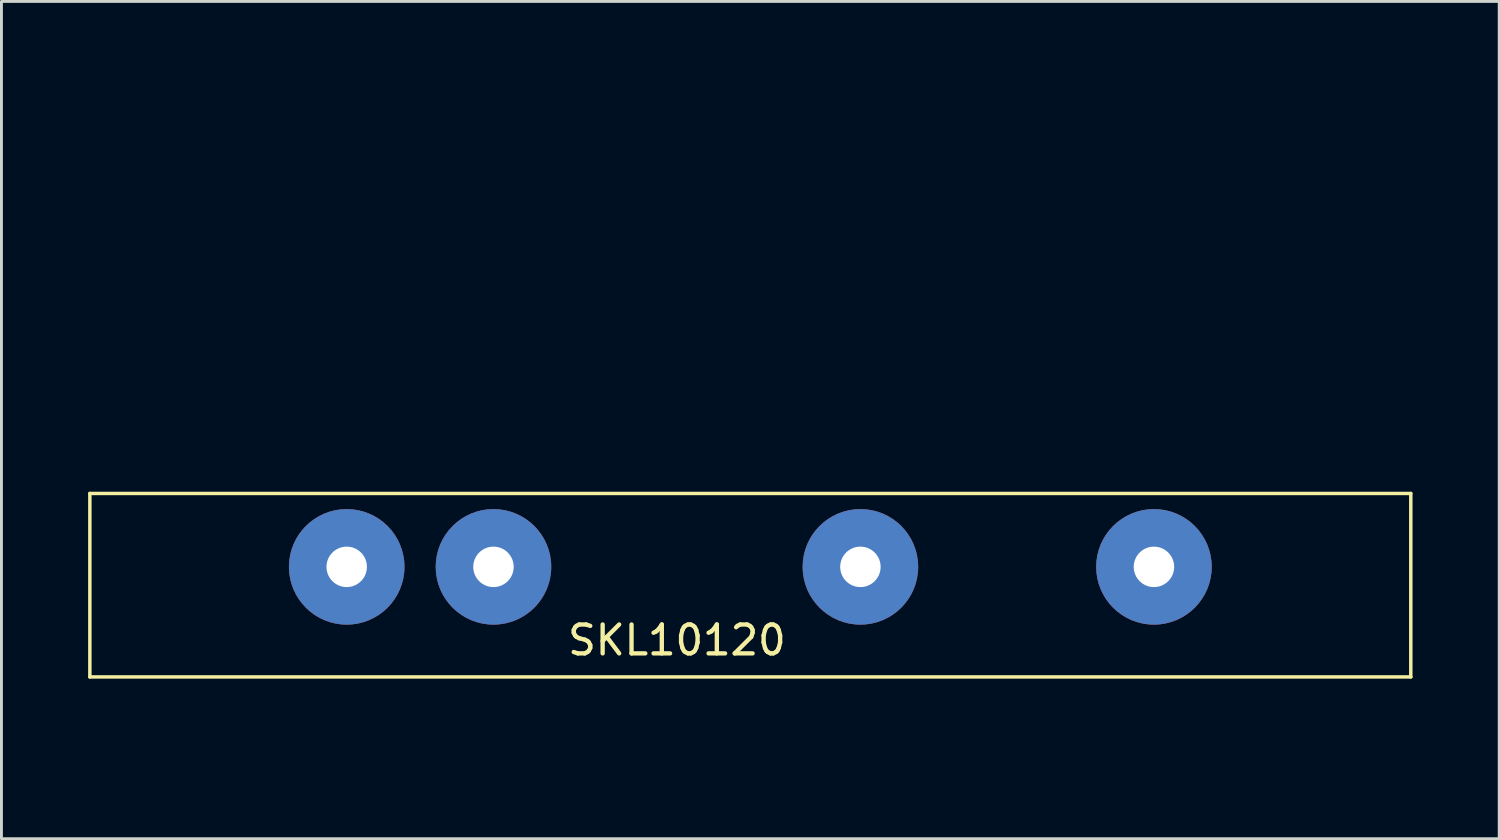
<source format=kicad_pcb>
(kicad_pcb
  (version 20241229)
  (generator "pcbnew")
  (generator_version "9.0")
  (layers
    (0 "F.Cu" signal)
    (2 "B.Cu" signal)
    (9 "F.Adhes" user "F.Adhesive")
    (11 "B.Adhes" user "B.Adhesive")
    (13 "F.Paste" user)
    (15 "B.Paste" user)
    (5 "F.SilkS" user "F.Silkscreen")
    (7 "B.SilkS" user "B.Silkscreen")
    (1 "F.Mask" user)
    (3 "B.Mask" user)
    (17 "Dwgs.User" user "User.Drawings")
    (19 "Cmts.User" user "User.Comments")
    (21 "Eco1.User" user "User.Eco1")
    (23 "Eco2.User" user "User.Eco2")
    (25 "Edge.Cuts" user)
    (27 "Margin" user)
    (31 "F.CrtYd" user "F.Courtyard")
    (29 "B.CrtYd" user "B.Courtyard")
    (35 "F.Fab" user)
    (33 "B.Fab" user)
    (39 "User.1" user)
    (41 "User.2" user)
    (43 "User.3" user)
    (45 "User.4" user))
  (footprint "SKL10120"
    (layer "F.Cu")
    (at 20.38 16.57)
    (property "Reference" "SKL10120" (at 0 2.54 0) (layer "F.SilkS") (effects (font (size 1 1) (thickness 0.15))))
    (attr through_hole)
    (fp_line (start -20.32 -2.54) (end 25.4 -2.54) (stroke (width 0.12) (type solid)) (layer "F.SilkS"))
    (fp_line (start -20.32 3.81) (end -20.32 -2.54) (stroke (width 0.12) (type solid)) (layer "F.SilkS"))
    (fp_line (start 25.4 -2.54) (end 25.4 3.81) (stroke (width 0.12) (type solid)) (layer "F.SilkS"))
    (fp_line (start 25.4 3.81) (end -20.32 3.81) (stroke (width 0.12) (type solid)) (layer "F.SilkS"))
    (fp_line (start -20.32 -16.51) (end -20.32 -2.54) (stroke (width 0.12) (type solid)) (layer "B.Paste"))
    (fp_line (start -20.32 3.81) (end -20.32 6.35) (stroke (width 0.12) (type solid)) (layer "B.Paste"))
    (fp_line (start -20.32 6.35) (end 25.4 6.35) (stroke (width 0.12) (type solid)) (layer "B.Paste"))
    (fp_line (start 25.4 -16.51) (end -20.32 -16.51) (stroke (width 0.12) (type solid)) (layer "B.Paste"))
    (fp_line (start 25.4 -2.54) (end 25.4 -16.51) (stroke (width 0.12) (type solid)) (layer "B.Paste"))
    (fp_line (start 25.4 6.35) (end 25.4 3.81) (stroke (width 0.12) (type solid)) (layer "B.Paste"))
    (fp_text user "dissipateur" (at 1.27 -11.43 0) (layer "B.Paste") (effects (font (size 1 1) (thickness 0.15))))
    (pad "1" thru_hole circle (at 16.51 0) (size 4 4) (drill 1.4) (layers "*.Cu" "*.Mask"))
    (pad "2" thru_hole circle (at 6.35 0) (size 4 4) (drill 1.4) (layers "*.Cu" "*.Mask"))
    (pad "3" thru_hole circle (at -6.35 0) (size 4 4) (drill 1.4) (layers "*.Cu" "*.Mask"))
    (pad "4" thru_hole circle (at -11.43 0) (size 4 4) (drill 1.4) (layers "*.Cu" "*.Mask")))
  (gr_rect
    (start -3 -3)
    (end 48.84 25.98)
    (stroke (width 0.1) (type default))
    (fill no)
    (layer "Edge.Cuts")))
</source>
